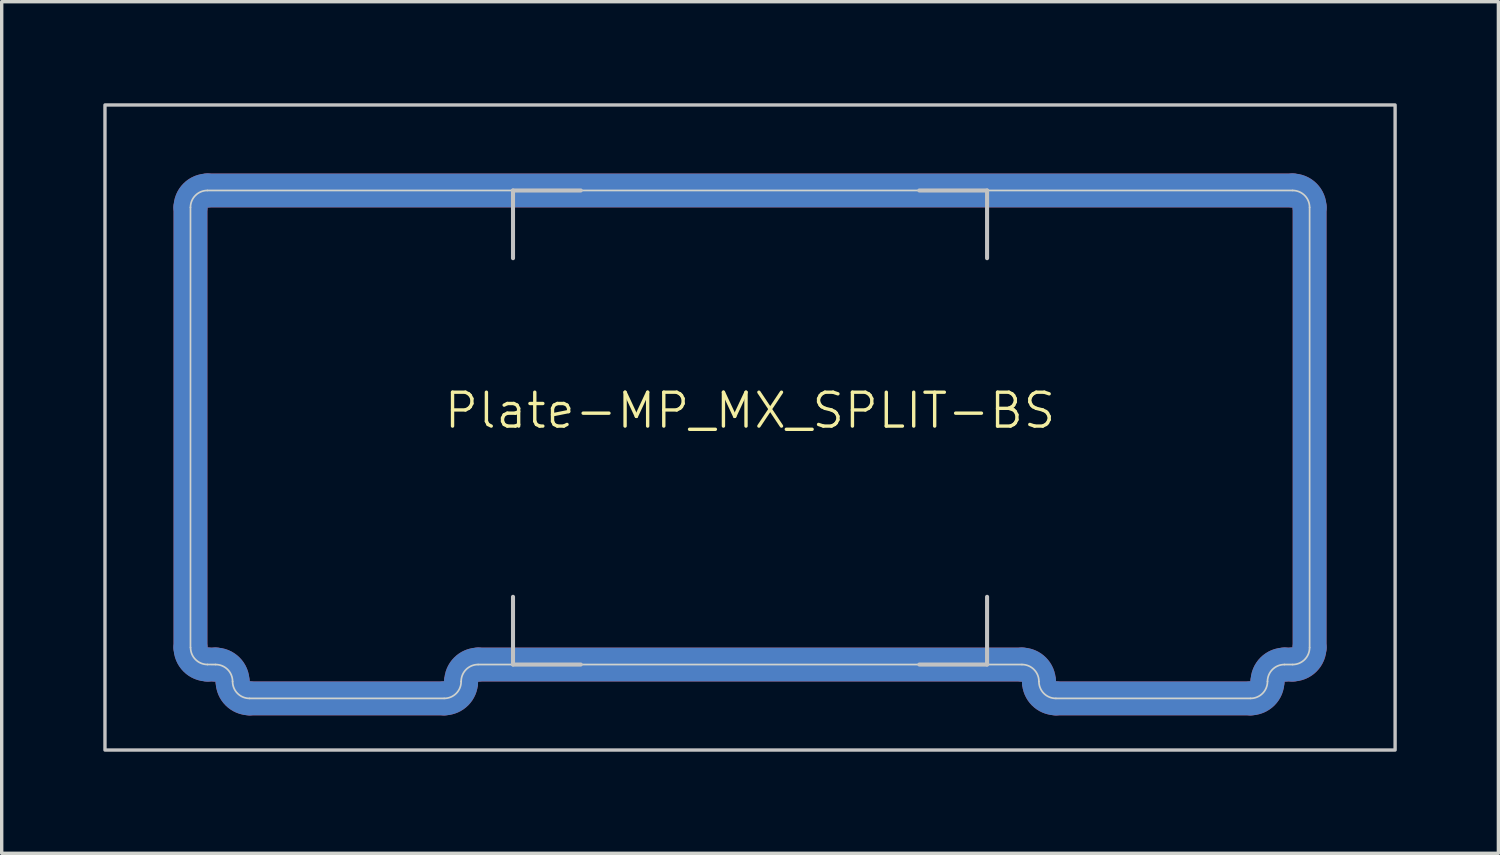
<source format=kicad_pcb>
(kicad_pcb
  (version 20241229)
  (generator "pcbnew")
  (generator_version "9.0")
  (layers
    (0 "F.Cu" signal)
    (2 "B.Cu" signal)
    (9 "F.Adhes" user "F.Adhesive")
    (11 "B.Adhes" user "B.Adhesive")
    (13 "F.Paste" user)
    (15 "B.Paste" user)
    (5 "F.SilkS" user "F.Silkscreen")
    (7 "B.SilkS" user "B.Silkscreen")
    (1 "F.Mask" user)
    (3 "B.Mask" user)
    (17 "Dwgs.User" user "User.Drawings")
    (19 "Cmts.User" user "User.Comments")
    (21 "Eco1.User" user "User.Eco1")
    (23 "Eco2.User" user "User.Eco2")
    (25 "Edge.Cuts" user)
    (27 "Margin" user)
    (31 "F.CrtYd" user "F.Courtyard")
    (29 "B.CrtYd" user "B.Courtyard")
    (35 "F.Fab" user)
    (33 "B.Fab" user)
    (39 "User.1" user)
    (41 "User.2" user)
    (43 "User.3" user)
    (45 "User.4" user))
  (footprint "Plate-MP_MX_SPLIT-BS"
    (layer "F.Cu")
    (at 19.1 9.575)
    (property "Reference" "Plate-MP_MX_SPLIT-BS" (at 0 -0.5 0) (unlocked yes) (layer "F.SilkS") (effects (font (size 1 1) (thickness 0.1))))
    (attr exclude_from_pos_files exclude_from_bom allow_missing_courtyard)
    (fp_line (start -16.525 -6.5) (end -16.525 6.5) (stroke (width 1) (type solid)) (layer "F.Cu"))
    (fp_line (start -15.781 7) (end -16.022 6.999) (stroke (width 1) (type default)) (layer "F.Cu"))
    (fp_line (start -14.781 8) (end -9.031 8) (stroke (width 1) (type solid)) (layer "F.Cu"))
    (fp_line (start 8.031 7) (end -8.031 7) (stroke (width 1) (type default)) (layer "F.Cu"))
    (fp_line (start 9.031 8) (end 14.781 8) (stroke (width 1) (type solid)) (layer "F.Cu"))
    (fp_line (start 16.025 -7) (end -16.025 -7) (stroke (width 1) (type solid)) (layer "F.Cu"))
    (fp_line (start 16.025 7) (end 15.781 7) (stroke (width 1) (type default)) (layer "F.Cu"))
    (fp_line (start 16.525 6.5) (end 16.525 -6.5) (stroke (width 1) (type solid)) (layer "F.Cu"))
    (fp_arc (start -16.525 -6.5) (mid -16.378553 -6.853553) (end -16.025 -7) (stroke (width 1) (type solid)) (layer "F.Cu"))
    (fp_arc (start -16.022236 6.998884) (mid -16.375789 6.852437) (end -16.522236 6.498884) (stroke (width 1) (type solid)) (layer "F.Cu"))
    (fp_arc (start -15.78125 7.000001) (mid -15.427697 7.146448) (end -15.28125 7.500001) (stroke (width 1) (type solid)) (layer "F.Cu"))
    (fp_arc (start -14.78125 8.000001) (mid -15.134803 7.853554) (end -15.28125 7.500001) (stroke (width 1) (type solid)) (layer "F.Cu"))
    (fp_arc (start -8.53125 7.500001) (mid -8.677697 7.853554) (end -9.03125 8.000001) (stroke (width 1) (type solid)) (layer "F.Cu"))
    (fp_arc (start -8.53125 7.500001) (mid -8.384803 7.146448) (end -8.03125 7.000001) (stroke (width 1) (type solid)) (layer "F.Cu"))
    (fp_arc (start 8.03125 7.000001) (mid 8.384803 7.146448) (end 8.53125 7.500001) (stroke (width 1) (type solid)) (layer "F.Cu"))
    (fp_arc (start 9.03125 8.000001) (mid 8.677697 7.853554) (end 8.53125 7.500001) (stroke (width 1) (type solid)) (layer "F.Cu"))
    (fp_arc (start 15.28125 7.500001) (mid 15.134803 7.853554) (end 14.78125 8.000001) (stroke (width 1) (type solid)) (layer "F.Cu"))
    (fp_arc (start 15.28125 7.500001) (mid 15.427697 7.146448) (end 15.78125 7.000001) (stroke (width 1) (type solid)) (layer "F.Cu"))
    (fp_arc (start 16.025 -7) (mid 16.378553 -6.853553) (end 16.525 -6.5) (stroke (width 1) (type solid)) (layer "F.Cu"))
    (fp_arc (start 16.525 6.5) (mid 16.378553 6.853553) (end 16.025 7) (stroke (width 1) (type solid)) (layer "F.Cu"))
    (fp_line (start -16.525 -6.5) (end -16.525 6.5) (stroke (width 1.1) (type solid)) (layer "F.Mask"))
    (fp_line (start -15.781 7) (end -16.022 6.999) (stroke (width 1.1) (type default)) (layer "F.Mask"))
    (fp_line (start -14.781 8) (end -9.031 8) (stroke (width 1.1) (type solid)) (layer "F.Mask"))
    (fp_line (start 8.031 7) (end -8.031 7) (stroke (width 1.1) (type default)) (layer "F.Mask"))
    (fp_line (start 9.031 8) (end 14.781 8) (stroke (width 1.1) (type solid)) (layer "F.Mask"))
    (fp_line (start 16.025 -7) (end -16.025 -7) (stroke (width 1.1) (type solid)) (layer "F.Mask"))
    (fp_line (start 16.025 7) (end 15.781 7) (stroke (width 1.1) (type default)) (layer "F.Mask"))
    (fp_line (start 16.525 6.5) (end 16.525 -6.5) (stroke (width 1.1) (type solid)) (layer "F.Mask"))
    (fp_arc (start -16.525 -6.5) (mid -16.378553 -6.853553) (end -16.025 -7) (stroke (width 1.1) (type solid)) (layer "F.Mask"))
    (fp_arc (start -16.022236 6.998884) (mid -16.375789 6.852437) (end -16.522236 6.498884) (stroke (width 1.1) (type solid)) (layer "F.Mask"))
    (fp_arc (start -15.78125 7.000001) (mid -15.427697 7.146448) (end -15.28125 7.500001) (stroke (width 1.1) (type solid)) (layer "F.Mask"))
    (fp_arc (start -14.78125 8.000001) (mid -15.134803 7.853554) (end -15.28125 7.500001) (stroke (width 1.1) (type solid)) (layer "F.Mask"))
    (fp_arc (start -8.53125 7.500001) (mid -8.677697 7.853554) (end -9.03125 8.000001) (stroke (width 1.1) (type solid)) (layer "F.Mask"))
    (fp_arc (start -8.53125 7.500001) (mid -8.384803 7.146448) (end -8.03125 7.000001) (stroke (width 1.1) (type solid)) (layer "F.Mask"))
    (fp_arc (start 8.03125 7.000001) (mid 8.384803 7.146448) (end 8.53125 7.500001) (stroke (width 1.1) (type solid)) (layer "F.Mask"))
    (fp_arc (start 9.03125 8.000001) (mid 8.677697 7.853554) (end 8.53125 7.500001) (stroke (width 1.1) (type solid)) (layer "F.Mask"))
    (fp_arc (start 15.28125 7.500001) (mid 15.134803 7.853554) (end 14.78125 8.000001) (stroke (width 1.1) (type solid)) (layer "F.Mask"))
    (fp_arc (start 15.28125 7.500001) (mid 15.427697 7.146448) (end 15.78125 7.000001) (stroke (width 1.1) (type solid)) (layer "F.Mask"))
    (fp_arc (start 16.025 -7) (mid 16.378553 -6.853553) (end 16.525 -6.5) (stroke (width 1.1) (type solid)) (layer "F.Mask"))
    (fp_arc (start 16.525 6.5) (mid 16.378553 6.853553) (end 16.025 7) (stroke (width 1.1) (type solid)) (layer "F.Mask"))
    (fp_line (start -16.525 6.5) (end -16.525 -6.5) (stroke (width 1) (type solid)) (layer "B.Cu"))
    (fp_line (start -16.025 -7) (end 16.025 -7) (stroke (width 1) (type solid)) (layer "B.Cu"))
    (fp_line (start -16.025 7) (end -15.781 7) (stroke (width 1) (type default)) (layer "B.Cu"))
    (fp_line (start -9.031 8) (end -14.781 8) (stroke (width 1) (type solid)) (layer "B.Cu"))
    (fp_line (start -8.031 7) (end 8.031 7) (stroke (width 1) (type default)) (layer "B.Cu"))
    (fp_line (start 14.781 8) (end 9.031 8) (stroke (width 1) (type solid)) (layer "B.Cu"))
    (fp_line (start 15.781 7) (end 16.022 6.999) (stroke (width 1) (type default)) (layer "B.Cu"))
    (fp_line (start 16.525 -6.5) (end 16.525 6.5) (stroke (width 1) (type solid)) (layer "B.Cu"))
    (fp_arc (start -16.525 -6.5) (mid -16.378553 -6.853553) (end -16.025 -7) (stroke (width 1) (type solid)) (layer "B.Cu"))
    (fp_arc (start -16.025 7) (mid -16.378553 6.853553) (end -16.525 6.5) (stroke (width 1) (type solid)) (layer "B.Cu"))
    (fp_arc (start -15.78125 7.000001) (mid -15.427729 7.146465) (end -15.28125 7.500001) (stroke (width 1) (type solid)) (layer "B.Cu"))
    (fp_arc (start -14.78125 8.000001) (mid -15.134771 7.853537) (end -15.28125 7.500001) (stroke (width 1) (type solid)) (layer "B.Cu"))
    (fp_arc (start -8.53125 7.500001) (mid -8.677694 7.853571) (end -9.03125 8.000001) (stroke (width 1) (type solid)) (layer "B.Cu"))
    (fp_arc (start -8.53125 7.500001) (mid -8.384807 7.146429) (end -8.03125 7.000001) (stroke (width 1) (type solid)) (layer "B.Cu"))
    (fp_arc (start 8.03125 7.000001) (mid 8.384803 7.146448) (end 8.53125 7.500001) (stroke (width 1) (type solid)) (layer "B.Cu"))
    (fp_arc (start 9.03125 8.000001) (mid 8.677697 7.853554) (end 8.53125 7.500001) (stroke (width 1) (type solid)) (layer "B.Cu"))
    (fp_arc (start 15.28125 7.500001) (mid 15.134803 7.853554) (end 14.78125 8.000001) (stroke (width 1) (type solid)) (layer "B.Cu"))
    (fp_arc (start 15.28125 7.500001) (mid 15.427697 7.146448) (end 15.78125 7.000001) (stroke (width 1) (type solid)) (layer "B.Cu"))
    (fp_arc (start 16.025 -7) (mid 16.378553 -6.853553) (end 16.525 -6.5) (stroke (width 1) (type solid)) (layer "B.Cu"))
    (fp_arc (start 16.522236 6.498884) (mid 16.375789 6.852437) (end 16.022236 6.998884) (stroke (width 1) (type solid)) (layer "B.Cu"))
    (fp_line (start -16.525 6.5) (end -16.525 -6.5) (stroke (width 1.1) (type solid)) (layer "B.Mask"))
    (fp_line (start -16.025 -7) (end 16.025 -7) (stroke (width 1.1) (type solid)) (layer "B.Mask"))
    (fp_line (start -16.025 7) (end -15.781 7) (stroke (width 1.1) (type default)) (layer "B.Mask"))
    (fp_line (start -9.031 8) (end -14.781 8) (stroke (width 1.1) (type solid)) (layer "B.Mask"))
    (fp_line (start -8.031 7) (end 8.031 7) (stroke (width 1.1) (type default)) (layer "B.Mask"))
    (fp_line (start 14.781 8) (end 9.031 8) (stroke (width 1.1) (type solid)) (layer "B.Mask"))
    (fp_line (start 15.781 7) (end 16.022 6.999) (stroke (width 1.1) (type default)) (layer "B.Mask"))
    (fp_line (start 16.525 -6.5) (end 16.525 6.5) (stroke (width 1.1) (type solid)) (layer "B.Mask"))
    (fp_arc (start -16.525 -6.5) (mid -16.378553 -6.853553) (end -16.025 -7) (stroke (width 1.1) (type solid)) (layer "B.Mask"))
    (fp_arc (start -16.025 7) (mid -16.378553 6.853553) (end -16.525 6.5) (stroke (width 1.1) (type solid)) (layer "B.Mask"))
    (fp_arc (start -15.78125 7.000001) (mid -15.427729 7.146465) (end -15.28125 7.500001) (stroke (width 1.1) (type solid)) (layer "B.Mask"))
    (fp_arc (start -14.78125 8.000001) (mid -15.134771 7.853537) (end -15.28125 7.500001) (stroke (width 1.1) (type solid)) (layer "B.Mask"))
    (fp_arc (start -8.53125 7.500001) (mid -8.677694 7.853571) (end -9.03125 8.000001) (stroke (width 1.1) (type solid)) (layer "B.Mask"))
    (fp_arc (start -8.53125 7.500001) (mid -8.384807 7.146429) (end -8.03125 7.000001) (stroke (width 1.1) (type solid)) (layer "B.Mask"))
    (fp_arc (start 8.03125 7.000001) (mid 8.384803 7.146448) (end 8.53125 7.500001) (stroke (width 1.1) (type solid)) (layer "B.Mask"))
    (fp_arc (start 9.03125 8.000001) (mid 8.677697 7.853554) (end 8.53125 7.500001) (stroke (width 1.1) (type solid)) (layer "B.Mask"))
    (fp_arc (start 15.28125 7.500001) (mid 15.134803 7.853554) (end 14.78125 8.000001) (stroke (width 1.1) (type solid)) (layer "B.Mask"))
    (fp_arc (start 15.28125 7.500001) (mid 15.427697 7.146448) (end 15.78125 7.000001) (stroke (width 1.1) (type solid)) (layer "B.Mask"))
    (fp_arc (start 16.025 -7) (mid 16.378553 -6.853553) (end 16.525 -6.5) (stroke (width 1.1) (type solid)) (layer "B.Mask"))
    (fp_arc (start 16.522236 6.498884) (mid 16.375789 6.852437) (end 16.022236 6.998884) (stroke (width 1.1) (type solid)) (layer "B.Mask"))
    (fp_line (start -7 -7) (end -5 -7) (stroke (width 0.12) (type solid)) (layer "Dwgs.User"))
    (fp_line (start -7 -5) (end -7 -7) (stroke (width 0.12) (type solid)) (layer "Dwgs.User"))
    (fp_line (start -7 7) (end -7 5) (stroke (width 0.12) (type solid)) (layer "Dwgs.User"))
    (fp_line (start -5 7) (end -7 7) (stroke (width 0.12) (type solid)) (layer "Dwgs.User"))
    (fp_line (start 5 -7) (end 7 -7) (stroke (width 0.12) (type solid)) (layer "Dwgs.User"))
    (fp_line (start 5 7) (end 7 7) (stroke (width 0.12) (type solid)) (layer "Dwgs.User"))
    (fp_line (start 7 -7) (end 7 -5) (stroke (width 0.12) (type solid)) (layer "Dwgs.User"))
    (fp_line (start 7 7) (end 7 5) (stroke (width 0.12) (type solid)) (layer "Dwgs.User"))
    (fp_rect (start -19.05 -9.525) (end 19.05 9.525) (stroke (width 0.1) (type solid)) (fill no) (layer "Dwgs.User"))
    (fp_line (start -16.525 -6.5) (end -16.525 6.5) (stroke (width 0.05) (type solid)) (layer "Edge.Cuts"))
    (fp_line (start -15.781 7) (end -16.022 6.999) (stroke (width 0.05) (type default)) (layer "Edge.Cuts"))
    (fp_line (start -14.781 8) (end -9.031 8) (stroke (width 0.05) (type solid)) (layer "Edge.Cuts"))
    (fp_line (start 8.031 7) (end -8.031 7) (stroke (width 0.05) (type default)) (layer "Edge.Cuts"))
    (fp_line (start 9.031 8) (end 14.781 8) (stroke (width 0.05) (type solid)) (layer "Edge.Cuts"))
    (fp_line (start 16.025 -7) (end -16.025 -7) (stroke (width 0.05) (type solid)) (layer "Edge.Cuts"))
    (fp_line (start 16.025 7) (end 15.781 7) (stroke (width 0.05) (type default)) (layer "Edge.Cuts"))
    (fp_line (start 16.525 6.5) (end 16.525 -6.5) (stroke (width 0.05) (type solid)) (layer "Edge.Cuts"))
    (fp_arc (start -16.525 -6.5) (mid -16.378553 -6.853553) (end -16.025 -7) (stroke (width 0.05) (type solid)) (layer "Edge.Cuts"))
    (fp_arc (start -16.022236 6.998884) (mid -16.375789 6.852437) (end -16.522236 6.498884) (stroke (width 0.05) (type solid)) (layer "Edge.Cuts"))
    (fp_arc (start -15.78125 7.000001) (mid -15.427697 7.146448) (end -15.28125 7.500001) (stroke (width 0.05) (type solid)) (layer "Edge.Cuts"))
    (fp_arc (start -14.78125 8.000001) (mid -15.134803 7.853554) (end -15.28125 7.500001) (stroke (width 0.05) (type solid)) (layer "Edge.Cuts"))
    (fp_arc (start -8.53125 7.500001) (mid -8.677697 7.853554) (end -9.03125 8.000001) (stroke (width 0.05) (type solid)) (layer "Edge.Cuts"))
    (fp_arc (start -8.53125 7.500001) (mid -8.384803 7.146448) (end -8.03125 7.000001) (stroke (width 0.05) (type solid)) (layer "Edge.Cuts"))
    (fp_arc (start 8.03125 7.000001) (mid 8.384803 7.146448) (end 8.53125 7.500001) (stroke (width 0.05) (type solid)) (layer "Edge.Cuts"))
    (fp_arc (start 9.03125 8.000001) (mid 8.677697 7.853554) (end 8.53125 7.500001) (stroke (width 0.05) (type solid)) (layer "Edge.Cuts"))
    (fp_arc (start 15.28125 7.500001) (mid 15.134803 7.853554) (end 14.78125 8.000001) (stroke (width 0.05) (type solid)) (layer "Edge.Cuts"))
    (fp_arc (start 15.28125 7.500001) (mid 15.427697 7.146448) (end 15.78125 7.000001) (stroke (width 0.05) (type solid)) (layer "Edge.Cuts"))
    (fp_arc (start 16.025 -7) (mid 16.378553 -6.853553) (end 16.525 -6.5) (stroke (width 0.05) (type solid)) (layer "Edge.Cuts"))
    (fp_arc (start 16.525 6.5) (mid 16.378553 6.853553) (end 16.025 7) (stroke (width 0.05) (type solid)) (layer "Edge.Cuts")))
  (gr_rect
    (start -3 -3)
    (end 41.2 22.15)
    (stroke (width 0.1) (type default))
    (fill no)
    (layer "Edge.Cuts")))
</source>
